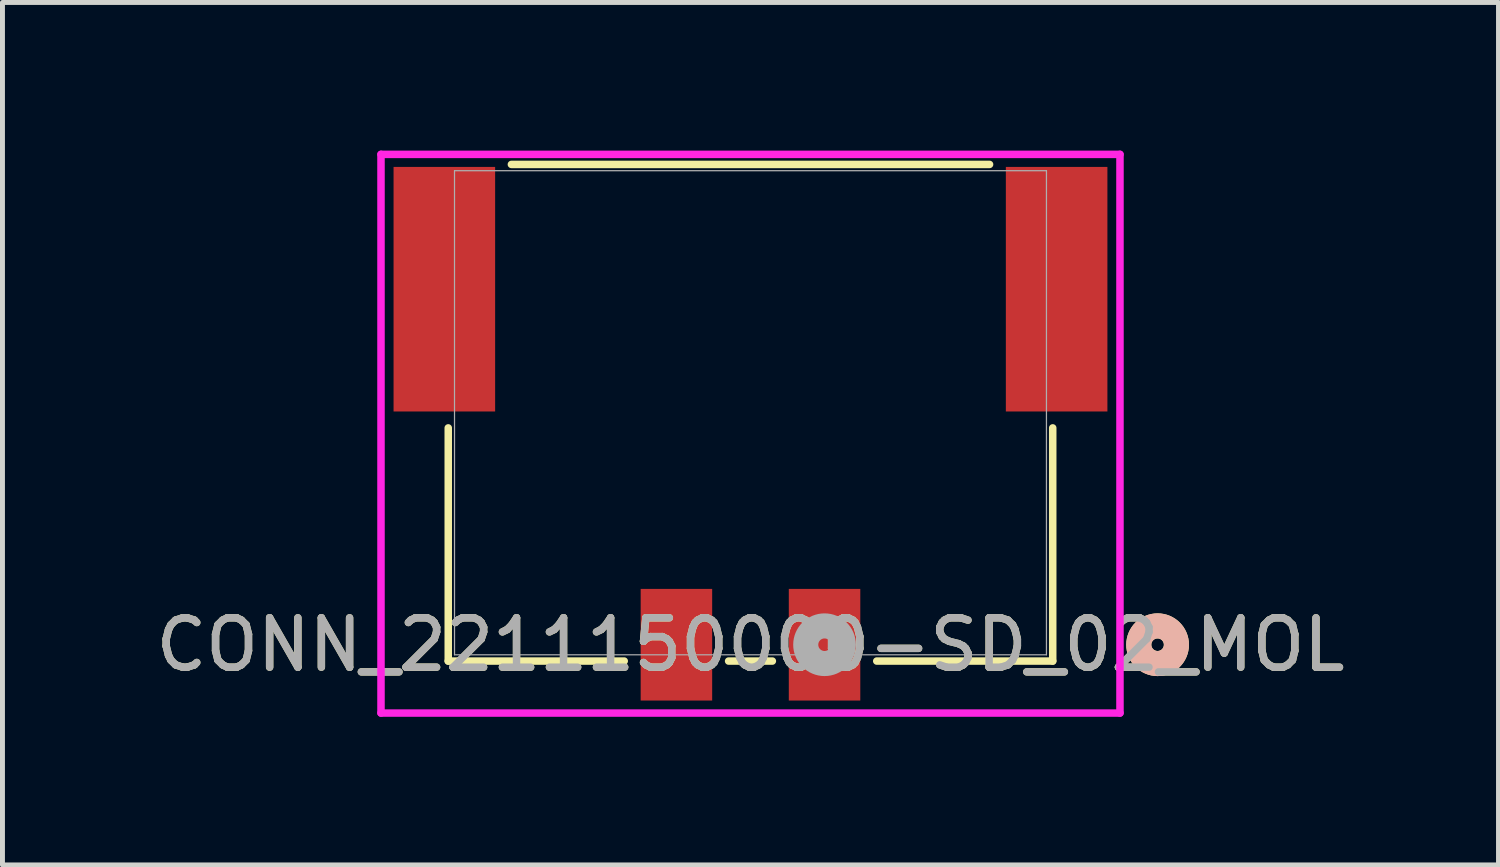
<source format=kicad_pcb>
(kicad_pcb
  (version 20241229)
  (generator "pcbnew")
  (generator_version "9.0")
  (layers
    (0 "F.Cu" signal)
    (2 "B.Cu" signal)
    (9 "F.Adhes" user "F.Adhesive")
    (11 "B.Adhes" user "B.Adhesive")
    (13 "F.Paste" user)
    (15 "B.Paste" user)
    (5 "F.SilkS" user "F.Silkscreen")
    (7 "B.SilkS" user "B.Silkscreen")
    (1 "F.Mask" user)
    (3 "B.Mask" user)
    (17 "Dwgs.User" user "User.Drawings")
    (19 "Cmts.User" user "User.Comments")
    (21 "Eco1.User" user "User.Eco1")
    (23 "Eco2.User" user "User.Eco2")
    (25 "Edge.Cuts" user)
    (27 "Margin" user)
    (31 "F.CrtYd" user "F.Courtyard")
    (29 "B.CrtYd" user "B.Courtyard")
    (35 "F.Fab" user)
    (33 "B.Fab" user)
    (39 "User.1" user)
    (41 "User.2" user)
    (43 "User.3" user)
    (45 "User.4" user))
  (footprint "CONN_2211150000-SD_02_MOL"
    (layer "F.Cu")
    (at 12.149 5.309)
    (property "Reference" "CONN_2211150000-SD_02_MOL" (at 0 4.698 0) (unlocked yes) (layer "F.SilkS") (effects (font (size 1 1) (thickness 0.15))))
    (attr smd)
    (fp_line (start -6.121 0.307) (end -6.121 5.029) (stroke (width 0.152) (type solid)) (layer "F.SilkS"))
    (fp_line (start -6.121 5.029) (end -2.557 5.029) (stroke (width 0.152) (type solid)) (layer "F.SilkS"))
    (fp_line (start -0.443 5.029) (end 0.443 5.029) (stroke (width 0.152) (type solid)) (layer "F.SilkS"))
    (fp_line (start 2.557 5.029) (end 6.121 5.029) (stroke (width 0.152) (type solid)) (layer "F.SilkS"))
    (fp_line (start 4.842 -5.029) (end -4.842 -5.029) (stroke (width 0.152) (type solid)) (layer "F.SilkS"))
    (fp_line (start 6.121 5.029) (end 6.121 0.307) (stroke (width 0.152) (type solid)) (layer "F.SilkS"))
    (fp_circle (center 8.245 4.698) (end 8.626 4.698) (stroke (width 0.508) (type solid)) (fill no) (layer "F.SilkS"))
    (fp_circle (center 8.245 4.698) (end 8.626 4.698) (stroke (width 0.508) (type solid)) (fill no) (layer "B.SilkS"))
    (fp_line (start -7.483 -5.233) (end -7.483 6.082) (stroke (width 0.152) (type solid)) (layer "F.CrtYd"))
    (fp_line (start -7.483 6.082) (end 7.483 6.082) (stroke (width 0.152) (type solid)) (layer "F.CrtYd"))
    (fp_line (start 7.483 -5.233) (end -7.483 -5.233) (stroke (width 0.152) (type solid)) (layer "F.CrtYd"))
    (fp_line (start 7.483 6.082) (end 7.483 -5.233) (stroke (width 0.152) (type solid)) (layer "F.CrtYd"))
    (fp_line (start -5.994 -4.902) (end -5.994 4.902) (stroke (width 0.025) (type solid)) (layer "F.Fab"))
    (fp_line (start -5.994 4.902) (end 5.994 4.902) (stroke (width 0.025) (type solid)) (layer "F.Fab"))
    (fp_line (start 5.994 -4.902) (end -5.994 -4.902) (stroke (width 0.025) (type solid)) (layer "F.Fab"))
    (fp_line (start 5.994 4.902) (end 5.994 -4.902) (stroke (width 0.025) (type solid)) (layer "F.Fab"))
    (fp_circle (center 1.5 4.698) (end 1.881 4.698) (stroke (width 0.508) (type solid)) (fill no) (layer "F.Fab"))
    (fp_text user "${REFERENCE}" (at 0 4.698 0) (unlocked yes) (layer "F.Fab") (effects (font (size 1 1) (thickness 0.15))))
    (pad "1" smd rect (at 1.5 4.698) (size 1.448 2.261) (layers "F.Cu" "F.Mask" "F.Paste"))
    (pad "2" smd rect (at -1.5 4.698) (size 1.448 2.261) (layers "F.Cu" "F.Mask" "F.Paste"))
    (pad "3" smd rect (at -6.2 -2.502) (size 2.057 4.953) (layers "F.Cu" "F.Mask" "F.Paste"))
    (pad "4" smd rect (at 6.2 -2.502) (size 2.057 4.953) (layers "F.Cu" "F.Mask" "F.Paste"))
    (zone (net_name "") (layer "F.Cu") (hatch full 0.508) (connect_pads) (min_thickness 0.254) (filled_areas_thickness no) (keepout (tracks not_allowed) (vias not_allowed) (pads allowed) (copperpour not_allowed) (footprints allowed)) (placement (enabled no)) (fill) (polygon (pts (xy 6.144 5.255) (xy 6.144 10.208) (xy 9.954 10.208) (xy 9.954 5.255))))
    (zone (net_name "") (layer "F.Cu") (hatch full 0.508) (connect_pads) (min_thickness 0.254) (filled_areas_thickness no) (keepout (tracks not_allowed) (vias not_allowed) (pads allowed) (copperpour not_allowed) (footprints allowed)) (placement (enabled no)) (fill) (polygon (pts (xy 6.955 0.352) (xy 17.343 0.352) (xy 17.343 8.912) (xy 6.955 8.912))))
    (zone (net_name "") (layer "F.Cu") (hatch full 0.508) (connect_pads) (min_thickness 0.254) (filled_areas_thickness no) (keepout (tracks not_allowed) (vias not_allowed) (pads allowed) (copperpour not_allowed) (footprints allowed)) (placement (enabled no)) (fill) (polygon (pts (xy 11.349 8.896) (xy 11.349 10.217) (xy 12.949 10.217) (xy 12.949 8.896))))
    (zone (net_name "") (layer "F.Cu") (hatch full 0.508) (connect_pads) (min_thickness 0.254) (filled_areas_thickness no) (keepout (tracks not_allowed) (vias not_allowed) (pads allowed) (copperpour not_allowed) (footprints allowed)) (placement (enabled no)) (fill) (polygon (pts (xy 14.344 5.255) (xy 14.344 10.208) (xy 18.154 10.208) (xy 18.154 5.255)))))
  (gr_rect
    (start -3 -3)
    (end 27.298 14.467)
    (stroke (width 0.1) (type default))
    (fill no)
    (layer "Edge.Cuts")))
</source>
